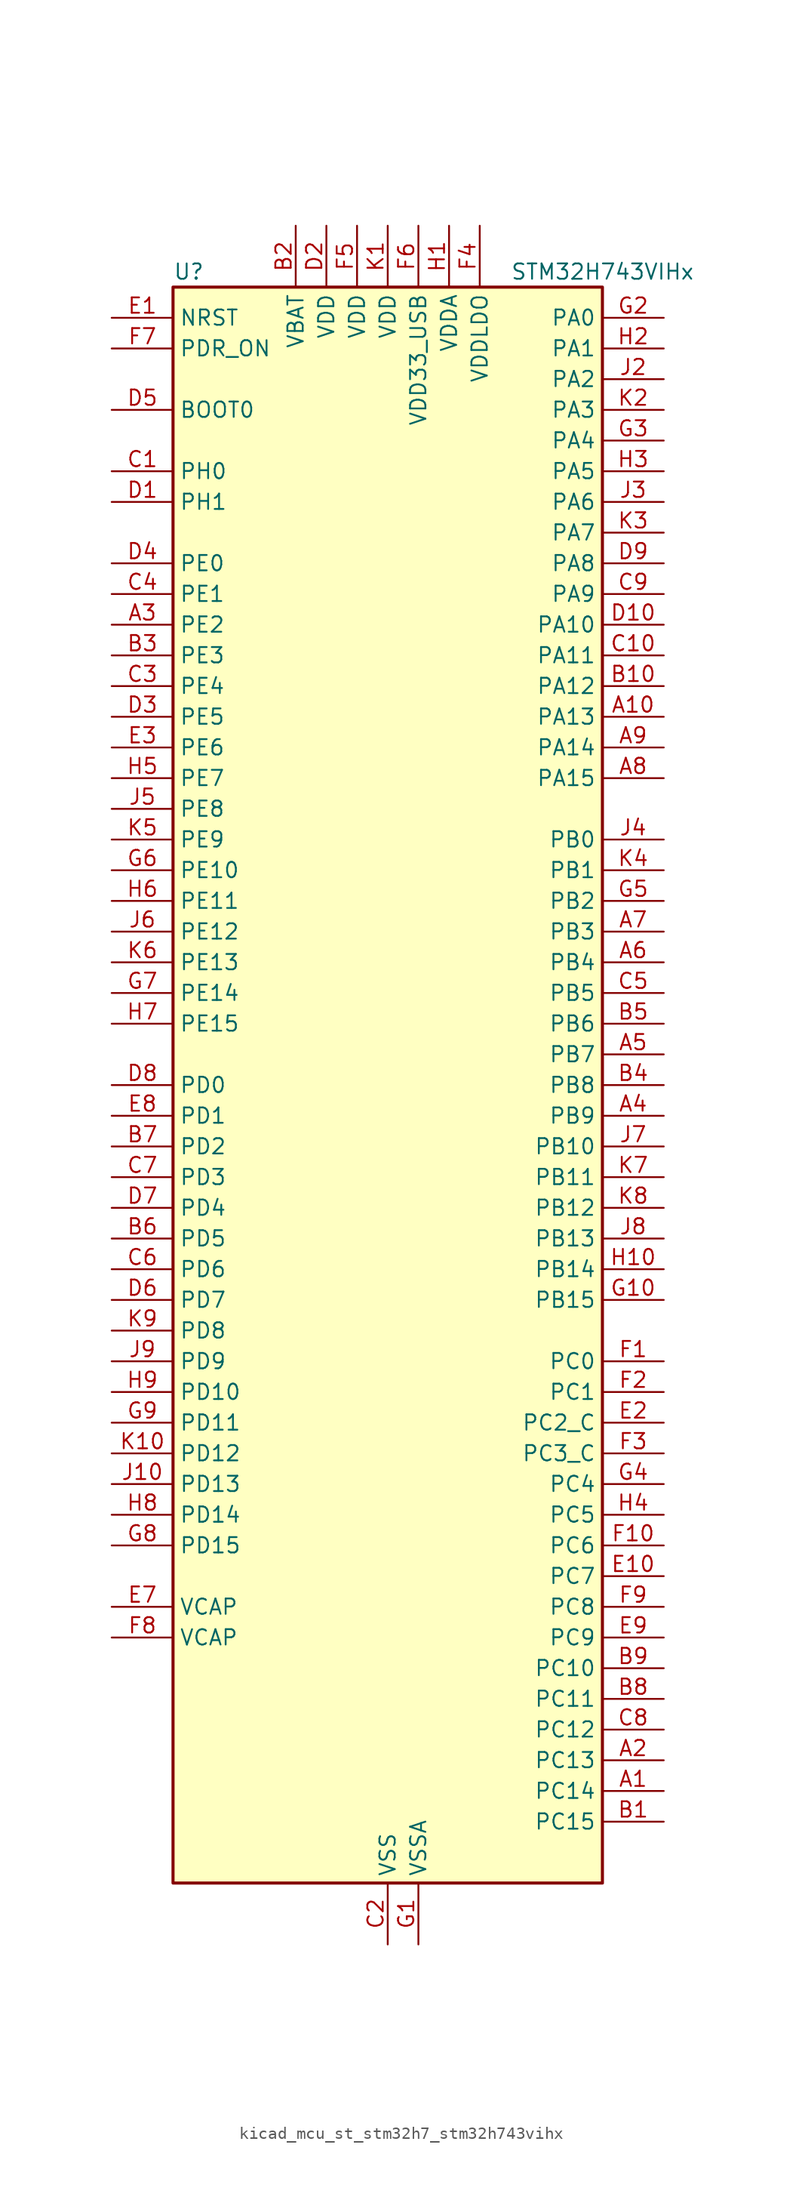
<source format=kicad_sym>
(kicad_symbol_lib
  (version 20220914)
  (generator kicad_symbol_editor)
  (symbol "kicad_mcu_st_stm32h7_stm32h743vihx"
    (property "Reference" "U"
      (at -17.78 67.31 0)
      (effects (font (size 1.27 1.27)) (justify left)))
    (property "Value" "STM32H743VIHx"
      (at 10.16 67.31 0)
      (effects (font (size 1.27 1.27)) (justify left)))
    (property "ki_locked" ""
      (at 0 0 0)
      (effects (font (size 1.27 1.27))))
    (symbol "kicad_mcu_st_stm32h7_stm32h743vihx_0_1"
      (rectangle (start -17.78 -66.04) (end 17.78 66.04) (stroke (width 0.254) (type default)) (fill (type background))))
    (symbol "kicad_mcu_st_stm32h7_stm32h743vihx_1_1"
      (pin bidirectional line (at 22.86 -58.42 180) (length 5.08) (name "PC14" (effects (font (size 1.27 1.27)))) (number "A1" (effects (font (size 1.27 1.27)))) (alternate "RCC_OSC32_IN" bidirectional line))
      (pin bidirectional line (at 22.86 30.48 180) (length 5.08) (name "PA13" (effects (font (size 1.27 1.27)))) (number "A10" (effects (font (size 1.27 1.27)))) (alternate "DEBUG_JTMS-SWDIO" bidirectional line))
      (pin bidirectional line (at 22.86 -55.88 180) (length 5.08) (name "PC13" (effects (font (size 1.27 1.27)))) (number "A2" (effects (font (size 1.27 1.27)))) (alternate "PWR_WKUP2" bidirectional line) (alternate "RTC_OUT_ALARM" bidirectional line) (alternate "RTC_OUT_CALIB" bidirectional line) (alternate "RTC_TAMP1" bidirectional line) (alternate "RTC_TS" bidirectional line))
      (pin bidirectional line (at -22.86 38.1 0) (length 5.08) (name "PE2" (effects (font (size 1.27 1.27)))) (number "A3" (effects (font (size 1.27 1.27)))) (alternate "DEBUG_TRACECLK" bidirectional line) (alternate "ETH_TXD3" bidirectional line) (alternate "FMC_A23" bidirectional line) (alternate "QUADSPI_BK1_IO2" bidirectional line) (alternate "SAI1_CK1" bidirectional line) (alternate "SAI1_MCLK_A" bidirectional line) (alternate "SAI4_CK1" bidirectional line) (alternate "SAI4_MCLK_A" bidirectional line) (alternate "SPI4_SCK" bidirectional line))
      (pin bidirectional line (at 22.86 -2.54 180) (length 5.08) (name "PB9" (effects (font (size 1.27 1.27)))) (number "A4" (effects (font (size 1.27 1.27)))) (alternate "DAC1_EXTI9" bidirectional line) (alternate "DCMI_D7" bidirectional line) (alternate "DFSDM1_DATIN7" bidirectional line) (alternate "FDCAN1_TX" bidirectional line) (alternate "I2C1_SDA" bidirectional line) (alternate "I2C4_SDA" bidirectional line) (alternate "I2C4_SMBA" bidirectional line) (alternate "I2S2_WS" bidirectional line) (alternate "LTDC_B7" bidirectional line) (alternate "SDMMC1_CDIR" bidirectional line) (alternate "SDMMC1_D5" bidirectional line) (alternate "SDMMC2_D5" bidirectional line) (alternate "SPI2_NSS" bidirectional line) (alternate "TIM17_CH1" bidirectional line) (alternate "TIM4_CH4" bidirectional line) (alternate "UART4_TX" bidirectional line))
      (pin bidirectional line (at 22.86 2.54 180) (length 5.08) (name "PB7" (effects (font (size 1.27 1.27)))) (number "A5" (effects (font (size 1.27 1.27)))) (alternate "DCMI_VSYNC" bidirectional line) (alternate "DFSDM1_CKIN5" bidirectional line) (alternate "FMC_NL" bidirectional line) (alternate "HRTIM_EEV9" bidirectional line) (alternate "I2C1_SDA" bidirectional line) (alternate "I2C4_SDA" bidirectional line) (alternate "LPUART1_RX" bidirectional line) (alternate "PWR_PVD_IN" bidirectional line) (alternate "TIM17_CH1N" bidirectional line) (alternate "TIM4_CH2" bidirectional line) (alternate "USART1_RX" bidirectional line))
      (pin bidirectional line (at 22.86 10.16 180) (length 5.08) (name "PB4" (effects (font (size 1.27 1.27)))) (number "A6" (effects (font (size 1.27 1.27)))) (alternate "DEBUG_JTRST" bidirectional line) (alternate "HRTIM_EEV6" bidirectional line) (alternate "I2S1_SDI" bidirectional line) (alternate "I2S2_WS" bidirectional line) (alternate "I2S3_SDI" bidirectional line) (alternate "SDMMC2_D3" bidirectional line) (alternate "SPI1_MISO" bidirectional line) (alternate "SPI2_NSS" bidirectional line) (alternate "SPI3_MISO" bidirectional line) (alternate "SPI6_MISO" bidirectional line) (alternate "TIM16_BKIN" bidirectional line) (alternate "TIM3_CH1" bidirectional line) (alternate "UART7_TX" bidirectional line))
      (pin bidirectional line (at 22.86 12.7 180) (length 5.08) (name "PB3" (effects (font (size 1.27 1.27)))) (number "A7" (effects (font (size 1.27 1.27)))) (alternate "CRS_SYNC" bidirectional line) (alternate "DEBUG_JTDO-SWO" bidirectional line) (alternate "HRTIM_FLT4" bidirectional line) (alternate "I2S1_CK" bidirectional line) (alternate "I2S3_CK" bidirectional line) (alternate "SDMMC2_D2" bidirectional line) (alternate "SPI1_SCK" bidirectional line) (alternate "SPI3_SCK" bidirectional line) (alternate "SPI6_SCK" bidirectional line) (alternate "TIM2_CH2" bidirectional line) (alternate "UART7_RX" bidirectional line))
      (pin bidirectional line (at 22.86 25.4 180) (length 5.08) (name "PA15" (effects (font (size 1.27 1.27)))) (number "A8" (effects (font (size 1.27 1.27)))) (alternate "ADC1_EXTI15" bidirectional line) (alternate "ADC2_EXTI15" bidirectional line) (alternate "ADC3_EXTI15" bidirectional line) (alternate "CEC" bidirectional line) (alternate "DEBUG_JTDI" bidirectional line) (alternate "HRTIM_FLT1" bidirectional line) (alternate "I2S1_WS" bidirectional line) (alternate "I2S3_WS" bidirectional line) (alternate "SPI1_NSS" bidirectional line) (alternate "SPI3_NSS" bidirectional line) (alternate "SPI6_NSS" bidirectional line) (alternate "TIM2_CH1" bidirectional line) (alternate "TIM2_ETR" bidirectional line) (alternate "UART4_DE" bidirectional line) (alternate "UART4_RTS" bidirectional line) (alternate "UART7_TX" bidirectional line))
      (pin bidirectional line (at 22.86 27.94 180) (length 5.08) (name "PA14" (effects (font (size 1.27 1.27)))) (number "A9" (effects (font (size 1.27 1.27)))) (alternate "DEBUG_JTCK-SWCLK" bidirectional line))
      (pin bidirectional line (at 22.86 -60.96 180) (length 5.08) (name "PC15" (effects (font (size 1.27 1.27)))) (number "B1" (effects (font (size 1.27 1.27)))) (alternate "ADC1_EXTI15" bidirectional line) (alternate "ADC2_EXTI15" bidirectional line) (alternate "ADC3_EXTI15" bidirectional line) (alternate "RCC_OSC32_OUT" bidirectional line))
      (pin bidirectional line (at 22.86 33.02 180) (length 5.08) (name "PA12" (effects (font (size 1.27 1.27)))) (number "B10" (effects (font (size 1.27 1.27)))) (alternate "FDCAN1_TX" bidirectional line) (alternate "HRTIM_CHD2" bidirectional line) (alternate "I2S2_CK" bidirectional line) (alternate "LPUART1_DE" bidirectional line) (alternate "LPUART1_RTS" bidirectional line) (alternate "LTDC_R5" bidirectional line) (alternate "SAI2_FS_B" bidirectional line) (alternate "SPI2_SCK" bidirectional line) (alternate "TIM1_ETR" bidirectional line) (alternate "UART4_TX" bidirectional line) (alternate "USART1_DE" bidirectional line) (alternate "USART1_RTS" bidirectional line) (alternate "USB_OTG_FS_DP" bidirectional line))
      (pin power_in line (at -7.62 71.12 270) (length 5.08) (name "VBAT" (effects (font (size 1.27 1.27)))) (number "B2" (effects (font (size 1.27 1.27)))))
      (pin bidirectional line (at -22.86 35.56 0) (length 5.08) (name "PE3" (effects (font (size 1.27 1.27)))) (number "B3" (effects (font (size 1.27 1.27)))) (alternate "DEBUG_TRACED0" bidirectional line) (alternate "FMC_A19" bidirectional line) (alternate "SAI1_SD_B" bidirectional line) (alternate "SAI4_SD_B" bidirectional line) (alternate "TIM15_BKIN" bidirectional line))
      (pin bidirectional line (at 22.86 0 180) (length 5.08) (name "PB8" (effects (font (size 1.27 1.27)))) (number "B4" (effects (font (size 1.27 1.27)))) (alternate "DCMI_D6" bidirectional line) (alternate "DFSDM1_CKIN7" bidirectional line) (alternate "ETH_TXD3" bidirectional line) (alternate "FDCAN1_RX" bidirectional line) (alternate "I2C1_SCL" bidirectional line) (alternate "I2C4_SCL" bidirectional line) (alternate "LTDC_B6" bidirectional line) (alternate "SDMMC1_CKIN" bidirectional line) (alternate "SDMMC1_D4" bidirectional line) (alternate "SDMMC2_D4" bidirectional line) (alternate "TIM16_CH1" bidirectional line) (alternate "TIM4_CH3" bidirectional line) (alternate "UART4_RX" bidirectional line))
      (pin bidirectional line (at 22.86 5.08 180) (length 5.08) (name "PB6" (effects (font (size 1.27 1.27)))) (number "B5" (effects (font (size 1.27 1.27)))) (alternate "CEC" bidirectional line) (alternate "DCMI_D5" bidirectional line) (alternate "DFSDM1_DATIN5" bidirectional line) (alternate "FDCAN2_TX" bidirectional line) (alternate "FMC_SDNE1" bidirectional line) (alternate "HRTIM_EEV8" bidirectional line) (alternate "I2C1_SCL" bidirectional line) (alternate "I2C4_SCL" bidirectional line) (alternate "LPUART1_TX" bidirectional line) (alternate "QUADSPI_BK1_NCS" bidirectional line) (alternate "TIM16_CH1N" bidirectional line) (alternate "TIM4_CH1" bidirectional line) (alternate "UART5_TX" bidirectional line) (alternate "USART1_TX" bidirectional line))
      (pin bidirectional line (at -22.86 -12.7 0) (length 5.08) (name "PD5" (effects (font (size 1.27 1.27)))) (number "B6" (effects (font (size 1.27 1.27)))) (alternate "FMC_NWE" bidirectional line) (alternate "HRTIM_EEV3" bidirectional line) (alternate "USART2_TX" bidirectional line))
      (pin bidirectional line (at -22.86 -5.08 0) (length 5.08) (name "PD2" (effects (font (size 1.27 1.27)))) (number "B7" (effects (font (size 1.27 1.27)))) (alternate "DCMI_D11" bidirectional line) (alternate "DEBUG_TRACED2" bidirectional line) (alternate "SDMMC1_CMD" bidirectional line) (alternate "TIM3_ETR" bidirectional line) (alternate "UART5_RX" bidirectional line))
      (pin bidirectional line (at 22.86 -50.8 180) (length 5.08) (name "PC11" (effects (font (size 1.27 1.27)))) (number "B8" (effects (font (size 1.27 1.27)))) (alternate "ADC1_EXTI11" bidirectional line) (alternate "ADC2_EXTI11" bidirectional line) (alternate "ADC3_EXTI11" bidirectional line) (alternate "DCMI_D4" bidirectional line) (alternate "DFSDM1_DATIN5" bidirectional line) (alternate "HRTIM_FLT2" bidirectional line) (alternate "I2S3_SDI" bidirectional line) (alternate "QUADSPI_BK2_NCS" bidirectional line) (alternate "SDMMC1_D3" bidirectional line) (alternate "SPI3_MISO" bidirectional line) (alternate "UART4_RX" bidirectional line) (alternate "USART3_RX" bidirectional line))
      (pin bidirectional line (at 22.86 -48.26 180) (length 5.08) (name "PC10" (effects (font (size 1.27 1.27)))) (number "B9" (effects (font (size 1.27 1.27)))) (alternate "DCMI_D8" bidirectional line) (alternate "DFSDM1_CKIN5" bidirectional line) (alternate "HRTIM_EEV1" bidirectional line) (alternate "I2S3_CK" bidirectional line) (alternate "LTDC_R2" bidirectional line) (alternate "QUADSPI_BK1_IO1" bidirectional line) (alternate "SDMMC1_D2" bidirectional line) (alternate "SPI3_SCK" bidirectional line) (alternate "UART4_TX" bidirectional line) (alternate "USART3_TX" bidirectional line))
      (pin bidirectional line (at -22.86 50.8 0) (length 5.08) (name "PH0" (effects (font (size 1.27 1.27)))) (number "C1" (effects (font (size 1.27 1.27)))) (alternate "RCC_OSC_IN" bidirectional line))
      (pin bidirectional line (at 22.86 35.56 180) (length 5.08) (name "PA11" (effects (font (size 1.27 1.27)))) (number "C10" (effects (font (size 1.27 1.27)))) (alternate "ADC1_EXTI11" bidirectional line) (alternate "ADC2_EXTI11" bidirectional line) (alternate "ADC3_EXTI11" bidirectional line) (alternate "FDCAN1_RX" bidirectional line) (alternate "HRTIM_CHD1" bidirectional line) (alternate "I2S2_WS" bidirectional line) (alternate "LPUART1_CTS" bidirectional line) (alternate "LTDC_R4" bidirectional line) (alternate "SPI2_NSS" bidirectional line) (alternate "TIM1_CH4" bidirectional line) (alternate "UART4_RX" bidirectional line) (alternate "USART1_CTS" bidirectional line) (alternate "USART1_NSS" bidirectional line) (alternate "USB_OTG_FS_DM" bidirectional line))
      (pin power_in line (at 0 -71.12 90) (length 5.08) (name "VSS" (effects (font (size 1.27 1.27)))) (number "C2" (effects (font (size 1.27 1.27)))))
      (pin bidirectional line (at -22.86 33.02 0) (length 5.08) (name "PE4" (effects (font (size 1.27 1.27)))) (number "C3" (effects (font (size 1.27 1.27)))) (alternate "DCMI_D4" bidirectional line) (alternate "DEBUG_TRACED1" bidirectional line) (alternate "DFSDM1_DATIN3" bidirectional line) (alternate "FMC_A20" bidirectional line) (alternate "LTDC_B0" bidirectional line) (alternate "SAI1_D2" bidirectional line) (alternate "SAI1_FS_A" bidirectional line) (alternate "SAI4_D2" bidirectional line) (alternate "SAI4_FS_A" bidirectional line) (alternate "SPI4_NSS" bidirectional line) (alternate "TIM15_CH1N" bidirectional line))
      (pin bidirectional line (at -22.86 40.64 0) (length 5.08) (name "PE1" (effects (font (size 1.27 1.27)))) (number "C4" (effects (font (size 1.27 1.27)))) (alternate "DCMI_D3" bidirectional line) (alternate "FMC_NBL1" bidirectional line) (alternate "HRTIM_SCOUT" bidirectional line) (alternate "LPTIM1_IN2" bidirectional line) (alternate "UART8_TX" bidirectional line))
      (pin bidirectional line (at 22.86 7.62 180) (length 5.08) (name "PB5" (effects (font (size 1.27 1.27)))) (number "C5" (effects (font (size 1.27 1.27)))) (alternate "DCMI_D10" bidirectional line) (alternate "ETH_PPS_OUT" bidirectional line) (alternate "FDCAN2_RX" bidirectional line) (alternate "FMC_SDCKE1" bidirectional line) (alternate "HRTIM_EEV7" bidirectional line) (alternate "I2C1_SMBA" bidirectional line) (alternate "I2C4_SMBA" bidirectional line) (alternate "I2S1_SDO" bidirectional line) (alternate "I2S3_SDO" bidirectional line) (alternate "SPI1_MOSI" bidirectional line) (alternate "SPI3_MOSI" bidirectional line) (alternate "SPI6_MOSI" bidirectional line) (alternate "TIM17_BKIN" bidirectional line) (alternate "TIM3_CH2" bidirectional line) (alternate "UART5_RX" bidirectional line) (alternate "USB_OTG_HS_ULPI_D7" bidirectional line))
      (pin bidirectional line (at -22.86 -15.24 0) (length 5.08) (name "PD6" (effects (font (size 1.27 1.27)))) (number "C6" (effects (font (size 1.27 1.27)))) (alternate "DCMI_D10" bidirectional line) (alternate "DFSDM1_CKIN4" bidirectional line) (alternate "DFSDM1_DATIN1" bidirectional line) (alternate "FMC_NWAIT" bidirectional line) (alternate "I2S3_SDO" bidirectional line) (alternate "LTDC_B2" bidirectional line) (alternate "SAI1_D1" bidirectional line) (alternate "SAI1_SD_A" bidirectional line) (alternate "SAI4_D1" bidirectional line) (alternate "SAI4_SD_A" bidirectional line) (alternate "SDMMC2_CK" bidirectional line) (alternate "SPI3_MOSI" bidirectional line) (alternate "USART2_RX" bidirectional line))
      (pin bidirectional line (at -22.86 -7.62 0) (length 5.08) (name "PD3" (effects (font (size 1.27 1.27)))) (number "C7" (effects (font (size 1.27 1.27)))) (alternate "DCMI_D5" bidirectional line) (alternate "DFSDM1_CKOUT" bidirectional line) (alternate "FMC_CLK" bidirectional line) (alternate "I2S2_CK" bidirectional line) (alternate "LTDC_G7" bidirectional line) (alternate "SPI2_SCK" bidirectional line) (alternate "USART2_CTS" bidirectional line) (alternate "USART2_NSS" bidirectional line))
      (pin bidirectional line (at 22.86 -53.34 180) (length 5.08) (name "PC12" (effects (font (size 1.27 1.27)))) (number "C8" (effects (font (size 1.27 1.27)))) (alternate "DCMI_D9" bidirectional line) (alternate "DEBUG_TRACED3" bidirectional line) (alternate "HRTIM_EEV2" bidirectional line) (alternate "I2S3_SDO" bidirectional line) (alternate "SDMMC1_CK" bidirectional line) (alternate "SPI3_MOSI" bidirectional line) (alternate "UART5_TX" bidirectional line) (alternate "USART3_CK" bidirectional line))
      (pin bidirectional line (at 22.86 40.64 180) (length 5.08) (name "PA9" (effects (font (size 1.27 1.27)))) (number "C9" (effects (font (size 1.27 1.27)))) (alternate "DAC1_EXTI9" bidirectional line) (alternate "DCMI_D0" bidirectional line) (alternate "HRTIM_CHC1" bidirectional line) (alternate "I2C3_SMBA" bidirectional line) (alternate "I2S2_CK" bidirectional line) (alternate "LPUART1_TX" bidirectional line) (alternate "LTDC_R5" bidirectional line) (alternate "SPI2_SCK" bidirectional line) (alternate "TIM1_CH2" bidirectional line) (alternate "USART1_TX" bidirectional line) (alternate "USB_OTG_FS_VBUS" bidirectional line))
      (pin bidirectional line (at -22.86 48.26 0) (length 5.08) (name "PH1" (effects (font (size 1.27 1.27)))) (number "D1" (effects (font (size 1.27 1.27)))) (alternate "RCC_OSC_OUT" bidirectional line))
      (pin bidirectional line (at 22.86 38.1 180) (length 5.08) (name "PA10" (effects (font (size 1.27 1.27)))) (number "D10" (effects (font (size 1.27 1.27)))) (alternate "DCMI_D1" bidirectional line) (alternate "HRTIM_CHC2" bidirectional line) (alternate "LPUART1_RX" bidirectional line) (alternate "LTDC_B1" bidirectional line) (alternate "LTDC_B4" bidirectional line) (alternate "MDIOS_MDIO" bidirectional line) (alternate "TIM1_CH3" bidirectional line) (alternate "USART1_RX" bidirectional line) (alternate "USB_OTG_FS_ID" bidirectional line))
      (pin power_in line (at -5.08 71.12 270) (length 5.08) (name "VDD" (effects (font (size 1.27 1.27)))) (number "D2" (effects (font (size 1.27 1.27)))))
      (pin bidirectional line (at -22.86 30.48 0) (length 5.08) (name "PE5" (effects (font (size 1.27 1.27)))) (number "D3" (effects (font (size 1.27 1.27)))) (alternate "DCMI_D6" bidirectional line) (alternate "DEBUG_TRACED2" bidirectional line) (alternate "DFSDM1_CKIN3" bidirectional line) (alternate "FMC_A21" bidirectional line) (alternate "LTDC_G0" bidirectional line) (alternate "SAI1_CK2" bidirectional line) (alternate "SAI1_SCK_A" bidirectional line) (alternate "SAI4_CK2" bidirectional line) (alternate "SAI4_SCK_A" bidirectional line) (alternate "SPI4_MISO" bidirectional line) (alternate "TIM15_CH1" bidirectional line))
      (pin bidirectional line (at -22.86 43.18 0) (length 5.08) (name "PE0" (effects (font (size 1.27 1.27)))) (number "D4" (effects (font (size 1.27 1.27)))) (alternate "DCMI_D2" bidirectional line) (alternate "FMC_NBL0" bidirectional line) (alternate "HRTIM_SCIN" bidirectional line) (alternate "LPTIM1_ETR" bidirectional line) (alternate "LPTIM2_ETR" bidirectional line) (alternate "SAI2_MCLK_A" bidirectional line) (alternate "TIM4_ETR" bidirectional line) (alternate "UART8_RX" bidirectional line))
      (pin input line (at -22.86 55.88 0) (length 5.08) (name "BOOT0" (effects (font (size 1.27 1.27)))) (number "D5" (effects (font (size 1.27 1.27)))))
      (pin bidirectional line (at -22.86 -17.78 0) (length 5.08) (name "PD7" (effects (font (size 1.27 1.27)))) (number "D6" (effects (font (size 1.27 1.27)))) (alternate "DFSDM1_CKIN1" bidirectional line) (alternate "DFSDM1_DATIN4" bidirectional line) (alternate "FMC_NE1" bidirectional line) (alternate "I2S1_SDO" bidirectional line) (alternate "SDMMC2_CMD" bidirectional line) (alternate "SPDIFRX1_IN0" bidirectional line) (alternate "SPI1_MOSI" bidirectional line) (alternate "USART2_CK" bidirectional line))
      (pin bidirectional line (at -22.86 -10.16 0) (length 5.08) (name "PD4" (effects (font (size 1.27 1.27)))) (number "D7" (effects (font (size 1.27 1.27)))) (alternate "FMC_NOE" bidirectional line) (alternate "HRTIM_FLT3" bidirectional line) (alternate "SAI3_FS_A" bidirectional line) (alternate "USART2_DE" bidirectional line) (alternate "USART2_RTS" bidirectional line))
      (pin bidirectional line (at -22.86 0 0) (length 5.08) (name "PD0" (effects (font (size 1.27 1.27)))) (number "D8" (effects (font (size 1.27 1.27)))) (alternate "DFSDM1_CKIN6" bidirectional line) (alternate "FDCAN1_RX" bidirectional line) (alternate "FMC_D2" bidirectional line) (alternate "FMC_DA2" bidirectional line) (alternate "SAI3_SCK_A" bidirectional line) (alternate "UART4_RX" bidirectional line))
      (pin bidirectional line (at 22.86 43.18 180) (length 5.08) (name "PA8" (effects (font (size 1.27 1.27)))) (number "D9" (effects (font (size 1.27 1.27)))) (alternate "HRTIM_CHB2" bidirectional line) (alternate "I2C3_SCL" bidirectional line) (alternate "LTDC_B3" bidirectional line) (alternate "LTDC_R6" bidirectional line) (alternate "RCC_MCO_1" bidirectional line) (alternate "TIM1_CH1" bidirectional line) (alternate "TIM8_BKIN2" bidirectional line) (alternate "TIM8_BKIN2_COMP1" bidirectional line) (alternate "TIM8_BKIN2_COMP2" bidirectional line) (alternate "UART7_RX" bidirectional line) (alternate "USART1_CK" bidirectional line) (alternate "USB_OTG_FS_SOF" bidirectional line))
      (pin input line (at -22.86 63.5 0) (length 5.08) (name "NRST" (effects (font (size 1.27 1.27)))) (number "E1" (effects (font (size 1.27 1.27)))))
      (pin bidirectional line (at 22.86 -40.64 180) (length 5.08) (name "PC7" (effects (font (size 1.27 1.27)))) (number "E10" (effects (font (size 1.27 1.27)))) (alternate "DCMI_D1" bidirectional line) (alternate "DEBUG_TRGIO" bidirectional line) (alternate "DFSDM1_DATIN3" bidirectional line) (alternate "FMC_NE1" bidirectional line) (alternate "HRTIM_CHA2" bidirectional line) (alternate "I2S3_MCK" bidirectional line) (alternate "LTDC_G6" bidirectional line) (alternate "SDMMC1_D123DIR" bidirectional line) (alternate "SDMMC1_D7" bidirectional line) (alternate "SDMMC2_D7" bidirectional line) (alternate "SWPMI1_TX" bidirectional line) (alternate "TIM3_CH2" bidirectional line) (alternate "TIM8_CH2" bidirectional line) (alternate "USART6_RX" bidirectional line))
      (pin bidirectional line (at 22.86 -27.94 180) (length 5.08) (name "PC2_C" (effects (font (size 1.27 1.27)))) (number "E2" (effects (font (size 1.27 1.27)))) (alternate "ADC3_INN1" bidirectional line) (alternate "ADC3_INP0" bidirectional line) (alternate "DFSDM1_CKIN1" bidirectional line) (alternate "DFSDM1_CKOUT" bidirectional line) (alternate "ETH_TXD2" bidirectional line) (alternate "FMC_SDNE0" bidirectional line) (alternate "I2S2_SDI" bidirectional line) (alternate "PWR_CSTOP" bidirectional line) (alternate "SPI2_MISO" bidirectional line) (alternate "USB_OTG_HS_ULPI_DIR" bidirectional line))
      (pin bidirectional line (at -22.86 27.94 0) (length 5.08) (name "PE6" (effects (font (size 1.27 1.27)))) (number "E3" (effects (font (size 1.27 1.27)))) (alternate "DCMI_D7" bidirectional line) (alternate "DEBUG_TRACED3" bidirectional line) (alternate "FMC_A22" bidirectional line) (alternate "LTDC_G1" bidirectional line) (alternate "SAI1_D1" bidirectional line) (alternate "SAI1_SD_A" bidirectional line) (alternate "SAI2_MCLK_B" bidirectional line) (alternate "SAI4_D1" bidirectional line) (alternate "SAI4_SD_A" bidirectional line) (alternate "SPI4_MOSI" bidirectional line) (alternate "TIM15_CH2" bidirectional line) (alternate "TIM1_BKIN2" bidirectional line) (alternate "TIM1_BKIN2_COMP1" bidirectional line) (alternate "TIM1_BKIN2_COMP2" bidirectional line))
      (pin passive line (at 0 -71.12 90) (length 5.08) hide (name "VSS" (effects (font (size 1.27 1.27)))) (number "E4" (effects (font (size 1.27 1.27)))))
      (pin passive line (at 0 -71.12 90) (length 5.08) hide (name "VSS" (effects (font (size 1.27 1.27)))) (number "E5" (effects (font (size 1.27 1.27)))))
      (pin passive line (at 0 -71.12 90) (length 5.08) hide (name "VSS" (effects (font (size 1.27 1.27)))) (number "E6" (effects (font (size 1.27 1.27)))))
      (pin power_out line (at -22.86 -43.18 0) (length 5.08) (name "VCAP" (effects (font (size 1.27 1.27)))) (number "E7" (effects (font (size 1.27 1.27)))))
      (pin bidirectional line (at -22.86 -2.54 0) (length 5.08) (name "PD1" (effects (font (size 1.27 1.27)))) (number "E8" (effects (font (size 1.27 1.27)))) (alternate "DFSDM1_DATIN6" bidirectional line) (alternate "FDCAN1_TX" bidirectional line) (alternate "FMC_D3" bidirectional line) (alternate "FMC_DA3" bidirectional line) (alternate "SAI3_SD_A" bidirectional line) (alternate "UART4_TX" bidirectional line))
      (pin bidirectional line (at 22.86 -45.72 180) (length 5.08) (name "PC9" (effects (font (size 1.27 1.27)))) (number "E9" (effects (font (size 1.27 1.27)))) (alternate "DAC1_EXTI9" bidirectional line) (alternate "DCMI_D3" bidirectional line) (alternate "I2C3_SDA" bidirectional line) (alternate "I2S_CKIN" bidirectional line) (alternate "LTDC_B2" bidirectional line) (alternate "LTDC_G3" bidirectional line) (alternate "QUADSPI_BK1_IO0" bidirectional line) (alternate "RCC_MCO_2" bidirectional line) (alternate "SDMMC1_D1" bidirectional line) (alternate "SWPMI1_SUSPEND" bidirectional line) (alternate "TIM3_CH4" bidirectional line) (alternate "TIM8_CH4" bidirectional line) (alternate "UART5_CTS" bidirectional line))
      (pin bidirectional line (at 22.86 -22.86 180) (length 5.08) (name "PC0" (effects (font (size 1.27 1.27)))) (number "F1" (effects (font (size 1.27 1.27)))) (alternate "ADC1_INP10" bidirectional line) (alternate "ADC2_INP10" bidirectional line) (alternate "ADC3_INP10" bidirectional line) (alternate "DFSDM1_CKIN0" bidirectional line) (alternate "DFSDM1_DATIN4" bidirectional line) (alternate "FMC_SDNWE" bidirectional line) (alternate "LTDC_R5" bidirectional line) (alternate "SAI2_FS_B" bidirectional line) (alternate "USB_OTG_HS_ULPI_STP" bidirectional line))
      (pin bidirectional line (at 22.86 -38.1 180) (length 5.08) (name "PC6" (effects (font (size 1.27 1.27)))) (number "F10" (effects (font (size 1.27 1.27)))) (alternate "DCMI_D0" bidirectional line) (alternate "DFSDM1_CKIN3" bidirectional line) (alternate "FMC_NWAIT" bidirectional line) (alternate "HRTIM_CHA1" bidirectional line) (alternate "I2S2_MCK" bidirectional line) (alternate "LTDC_HSYNC" bidirectional line) (alternate "SDMMC1_D0DIR" bidirectional line) (alternate "SDMMC1_D6" bidirectional line) (alternate "SDMMC2_D6" bidirectional line) (alternate "SWPMI1_IO" bidirectional line) (alternate "TIM3_CH1" bidirectional line) (alternate "TIM8_CH1" bidirectional line) (alternate "USART6_TX" bidirectional line))
      (pin bidirectional line (at 22.86 -25.4 180) (length 5.08) (name "PC1" (effects (font (size 1.27 1.27)))) (number "F2" (effects (font (size 1.27 1.27)))) (alternate "ADC1_INN10" bidirectional line) (alternate "ADC1_INP11" bidirectional line) (alternate "ADC2_INN10" bidirectional line) (alternate "ADC2_INP11" bidirectional line) (alternate "ADC3_INN10" bidirectional line) (alternate "ADC3_INP11" bidirectional line) (alternate "DEBUG_TRACED0" bidirectional line) (alternate "DFSDM1_CKIN4" bidirectional line) (alternate "DFSDM1_DATIN0" bidirectional line) (alternate "ETH_MDC" bidirectional line) (alternate "I2S2_SDO" bidirectional line) (alternate "MDIOS_MDC" bidirectional line) (alternate "PWR_WKUP5" bidirectional line) (alternate "RTC_TAMP3" bidirectional line) (alternate "SAI1_D1" bidirectional line) (alternate "SAI1_SD_A" bidirectional line) (alternate "SAI4_D1" bidirectional line) (alternate "SAI4_SD_A" bidirectional line) (alternate "SDMMC2_CK" bidirectional line) (alternate "SPI2_MOSI" bidirectional line))
      (pin bidirectional line (at 22.86 -30.48 180) (length 5.08) (name "PC3_C" (effects (font (size 1.27 1.27)))) (number "F3" (effects (font (size 1.27 1.27)))) (alternate "ADC3_INP1" bidirectional line) (alternate "DFSDM1_DATIN1" bidirectional line) (alternate "ETH_TX_CLK" bidirectional line) (alternate "FMC_SDCKE0" bidirectional line) (alternate "I2S2_SDO" bidirectional line) (alternate "PWR_CSLEEP" bidirectional line) (alternate "SPI2_MOSI" bidirectional line) (alternate "USB_OTG_HS_ULPI_NXT" bidirectional line))
      (pin power_in line (at 7.62 71.12 270) (length 5.08) (name "VDDLDO" (effects (font (size 1.27 1.27)))) (number "F4" (effects (font (size 1.27 1.27)))))
      (pin power_in line (at -2.54 71.12 270) (length 5.08) (name "VDD" (effects (font (size 1.27 1.27)))) (number "F5" (effects (font (size 1.27 1.27)))))
      (pin power_in line (at 2.54 71.12 270) (length 5.08) (name "VDD33_USB" (effects (font (size 1.27 1.27)))) (number "F6" (effects (font (size 1.27 1.27)))))
      (pin input line (at -22.86 60.96 0) (length 5.08) (name "PDR_ON" (effects (font (size 1.27 1.27)))) (number "F7" (effects (font (size 1.27 1.27)))))
      (pin power_out line (at -22.86 -45.72 0) (length 5.08) (name "VCAP" (effects (font (size 1.27 1.27)))) (number "F8" (effects (font (size 1.27 1.27)))))
      (pin bidirectional line (at 22.86 -43.18 180) (length 5.08) (name "PC8" (effects (font (size 1.27 1.27)))) (number "F9" (effects (font (size 1.27 1.27)))) (alternate "DCMI_D2" bidirectional line) (alternate "DEBUG_TRACED1" bidirectional line) (alternate "FMC_NCE" bidirectional line) (alternate "FMC_NE2" bidirectional line) (alternate "HRTIM_CHB1" bidirectional line) (alternate "SDMMC1_D0" bidirectional line) (alternate "SWPMI1_RX" bidirectional line) (alternate "TIM3_CH3" bidirectional line) (alternate "TIM8_CH3" bidirectional line) (alternate "UART5_DE" bidirectional line) (alternate "UART5_RTS" bidirectional line) (alternate "USART6_CK" bidirectional line))
      (pin power_in line (at 2.54 -71.12 90) (length 5.08) (name "VSSA" (effects (font (size 1.27 1.27)))) (number "G1" (effects (font (size 1.27 1.27)))))
      (pin bidirectional line (at 22.86 -17.78 180) (length 5.08) (name "PB15" (effects (font (size 1.27 1.27)))) (number "G10" (effects (font (size 1.27 1.27)))) (alternate "ADC1_EXTI15" bidirectional line) (alternate "ADC2_EXTI15" bidirectional line) (alternate "ADC3_EXTI15" bidirectional line) (alternate "DFSDM1_CKIN2" bidirectional line) (alternate "I2S2_SDO" bidirectional line) (alternate "RTC_REFIN" bidirectional line) (alternate "SDMMC2_D1" bidirectional line) (alternate "SPI2_MOSI" bidirectional line) (alternate "TIM12_CH2" bidirectional line) (alternate "TIM1_CH3N" bidirectional line) (alternate "TIM8_CH3N" bidirectional line) (alternate "UART4_CTS" bidirectional line) (alternate "USART1_RX" bidirectional line) (alternate "USB_OTG_HS_DP" bidirectional line))
      (pin bidirectional line (at 22.86 63.5 180) (length 5.08) (name "PA0" (effects (font (size 1.27 1.27)))) (number "G2" (effects (font (size 1.27 1.27)))) (alternate "ADC1_INP16" bidirectional line) (alternate "ETH_CRS" bidirectional line) (alternate "PWR_WKUP0" bidirectional line) (alternate "SAI2_SD_B" bidirectional line) (alternate "SDMMC2_CMD" bidirectional line) (alternate "TIM15_BKIN" bidirectional line) (alternate "TIM2_CH1" bidirectional line) (alternate "TIM2_ETR" bidirectional line) (alternate "TIM5_CH1" bidirectional line) (alternate "TIM8_ETR" bidirectional line) (alternate "UART4_TX" bidirectional line) (alternate "USART2_CTS" bidirectional line) (alternate "USART2_NSS" bidirectional line))
      (pin bidirectional line (at 22.86 53.34 180) (length 5.08) (name "PA4" (effects (font (size 1.27 1.27)))) (number "G3" (effects (font (size 1.27 1.27)))) (alternate "ADC1_INP18" bidirectional line) (alternate "ADC2_INP18" bidirectional line) (alternate "DAC1_OUT1" bidirectional line) (alternate "DCMI_HSYNC" bidirectional line) (alternate "I2S1_WS" bidirectional line) (alternate "I2S3_WS" bidirectional line) (alternate "LTDC_VSYNC" bidirectional line) (alternate "SPI1_NSS" bidirectional line) (alternate "SPI3_NSS" bidirectional line) (alternate "SPI6_NSS" bidirectional line) (alternate "TIM5_ETR" bidirectional line) (alternate "USART2_CK" bidirectional line) (alternate "USB_OTG_HS_SOF" bidirectional line))
      (pin bidirectional line (at 22.86 -33.02 180) (length 5.08) (name "PC4" (effects (font (size 1.27 1.27)))) (number "G4" (effects (font (size 1.27 1.27)))) (alternate "ADC1_INP4" bidirectional line) (alternate "ADC2_INP4" bidirectional line) (alternate "COMP1_INM" bidirectional line) (alternate "DFSDM1_CKIN2" bidirectional line) (alternate "ETH_RXD0" bidirectional line) (alternate "FMC_SDNE0" bidirectional line) (alternate "I2S1_MCK" bidirectional line) (alternate "OPAMP1_VOUT" bidirectional line) (alternate "SPDIFRX1_IN2" bidirectional line))
      (pin bidirectional line (at 22.86 15.24 180) (length 5.08) (name "PB2" (effects (font (size 1.27 1.27)))) (number "G5" (effects (font (size 1.27 1.27)))) (alternate "COMP1_INP" bidirectional line) (alternate "DFSDM1_CKIN1" bidirectional line) (alternate "I2S3_SDO" bidirectional line) (alternate "QUADSPI_CLK" bidirectional line) (alternate "RTC_OUT_ALARM" bidirectional line) (alternate "RTC_OUT_CALIB" bidirectional line) (alternate "SAI1_D1" bidirectional line) (alternate "SAI1_SD_A" bidirectional line) (alternate "SAI4_D1" bidirectional line) (alternate "SAI4_SD_A" bidirectional line) (alternate "SPI3_MOSI" bidirectional line))
      (pin bidirectional line (at -22.86 17.78 0) (length 5.08) (name "PE10" (effects (font (size 1.27 1.27)))) (number "G6" (effects (font (size 1.27 1.27)))) (alternate "COMP2_INM" bidirectional line) (alternate "DFSDM1_DATIN4" bidirectional line) (alternate "FMC_D7" bidirectional line) (alternate "FMC_DA7" bidirectional line) (alternate "QUADSPI_BK2_IO3" bidirectional line) (alternate "TIM1_CH2N" bidirectional line) (alternate "UART7_CTS" bidirectional line))
      (pin bidirectional line (at -22.86 7.62 0) (length 5.08) (name "PE14" (effects (font (size 1.27 1.27)))) (number "G7" (effects (font (size 1.27 1.27)))) (alternate "FMC_D11" bidirectional line) (alternate "FMC_DA11" bidirectional line) (alternate "LTDC_CLK" bidirectional line) (alternate "SAI2_MCLK_B" bidirectional line) (alternate "SPI4_MOSI" bidirectional line) (alternate "TIM1_CH4" bidirectional line))
      (pin bidirectional line (at -22.86 -38.1 0) (length 5.08) (name "PD15" (effects (font (size 1.27 1.27)))) (number "G8" (effects (font (size 1.27 1.27)))) (alternate "ADC1_EXTI15" bidirectional line) (alternate "ADC2_EXTI15" bidirectional line) (alternate "ADC3_EXTI15" bidirectional line) (alternate "FMC_D1" bidirectional line) (alternate "FMC_DA1" bidirectional line) (alternate "SAI3_MCLK_A" bidirectional line) (alternate "TIM4_CH4" bidirectional line) (alternate "UART8_DE" bidirectional line) (alternate "UART8_RTS" bidirectional line))
      (pin bidirectional line (at -22.86 -27.94 0) (length 5.08) (name "PD11" (effects (font (size 1.27 1.27)))) (number "G9" (effects (font (size 1.27 1.27)))) (alternate "ADC1_EXTI11" bidirectional line) (alternate "ADC2_EXTI11" bidirectional line) (alternate "ADC3_EXTI11" bidirectional line) (alternate "FMC_A16" bidirectional line) (alternate "FMC_CLE" bidirectional line) (alternate "I2C4_SMBA" bidirectional line) (alternate "LPTIM2_IN2" bidirectional line) (alternate "QUADSPI_BK1_IO0" bidirectional line) (alternate "SAI2_SD_A" bidirectional line) (alternate "USART3_CTS" bidirectional line) (alternate "USART3_NSS" bidirectional line))
      (pin power_in line (at 5.08 71.12 270) (length 5.08) (name "VDDA" (effects (font (size 1.27 1.27)))) (number "H1" (effects (font (size 1.27 1.27)))))
      (pin bidirectional line (at 22.86 -15.24 180) (length 5.08) (name "PB14" (effects (font (size 1.27 1.27)))) (number "H10" (effects (font (size 1.27 1.27)))) (alternate "DFSDM1_DATIN2" bidirectional line) (alternate "I2S2_SDI" bidirectional line) (alternate "SDMMC2_D0" bidirectional line) (alternate "SPI2_MISO" bidirectional line) (alternate "TIM12_CH1" bidirectional line) (alternate "TIM1_CH2N" bidirectional line) (alternate "TIM8_CH2N" bidirectional line) (alternate "UART4_DE" bidirectional line) (alternate "UART4_RTS" bidirectional line) (alternate "USART1_TX" bidirectional line) (alternate "USART3_DE" bidirectional line) (alternate "USART3_RTS" bidirectional line) (alternate "USB_OTG_HS_DM" bidirectional line))
      (pin bidirectional line (at 22.86 60.96 180) (length 5.08) (name "PA1" (effects (font (size 1.27 1.27)))) (number "H2" (effects (font (size 1.27 1.27)))) (alternate "ADC1_INN16" bidirectional line) (alternate "ADC1_INP17" bidirectional line) (alternate "ETH_REF_CLK" bidirectional line) (alternate "ETH_RX_CLK" bidirectional line) (alternate "LPTIM3_OUT" bidirectional line) (alternate "LTDC_R2" bidirectional line) (alternate "QUADSPI_BK1_IO3" bidirectional line) (alternate "SAI2_MCLK_B" bidirectional line) (alternate "TIM15_CH1N" bidirectional line) (alternate "TIM2_CH2" bidirectional line) (alternate "TIM5_CH2" bidirectional line) (alternate "UART4_RX" bidirectional line) (alternate "USART2_DE" bidirectional line) (alternate "USART2_RTS" bidirectional line))
      (pin bidirectional line (at 22.86 50.8 180) (length 5.08) (name "PA5" (effects (font (size 1.27 1.27)))) (number "H3" (effects (font (size 1.27 1.27)))) (alternate "ADC1_INN18" bidirectional line) (alternate "ADC1_INP19" bidirectional line) (alternate "ADC2_INN18" bidirectional line) (alternate "ADC2_INP19" bidirectional line) (alternate "DAC1_OUT2" bidirectional line) (alternate "I2S1_CK" bidirectional line) (alternate "LTDC_R4" bidirectional line) (alternate "PWR_NDSTOP2" bidirectional line) (alternate "SPI1_SCK" bidirectional line) (alternate "SPI6_SCK" bidirectional line) (alternate "TIM2_CH1" bidirectional line) (alternate "TIM2_ETR" bidirectional line) (alternate "TIM8_CH1N" bidirectional line) (alternate "USB_OTG_HS_ULPI_CK" bidirectional line))
      (pin bidirectional line (at 22.86 -35.56 180) (length 5.08) (name "PC5" (effects (font (size 1.27 1.27)))) (number "H4" (effects (font (size 1.27 1.27)))) (alternate "ADC1_INN4" bidirectional line) (alternate "ADC1_INP8" bidirectional line) (alternate "ADC2_INN4" bidirectional line) (alternate "ADC2_INP8" bidirectional line) (alternate "COMP1_OUT" bidirectional line) (alternate "DFSDM1_DATIN2" bidirectional line) (alternate "ETH_RXD1" bidirectional line) (alternate "FMC_SDCKE0" bidirectional line) (alternate "OPAMP1_VINM" bidirectional line) (alternate "OPAMP1_VINM0" bidirectional line) (alternate "SAI1_D3" bidirectional line) (alternate "SAI4_D3" bidirectional line) (alternate "SPDIFRX1_IN3" bidirectional line))
      (pin bidirectional line (at -22.86 25.4 0) (length 5.08) (name "PE7" (effects (font (size 1.27 1.27)))) (number "H5" (effects (font (size 1.27 1.27)))) (alternate "COMP2_INM" bidirectional line) (alternate "DFSDM1_DATIN2" bidirectional line) (alternate "FMC_D4" bidirectional line) (alternate "FMC_DA4" bidirectional line) (alternate "OPAMP2_VOUT" bidirectional line) (alternate "QUADSPI_BK2_IO0" bidirectional line) (alternate "TIM1_ETR" bidirectional line) (alternate "UART7_RX" bidirectional line))
      (pin bidirectional line (at -22.86 15.24 0) (length 5.08) (name "PE11" (effects (font (size 1.27 1.27)))) (number "H6" (effects (font (size 1.27 1.27)))) (alternate "ADC1_EXTI11" bidirectional line) (alternate "ADC2_EXTI11" bidirectional line) (alternate "ADC3_EXTI11" bidirectional line) (alternate "COMP2_INP" bidirectional line) (alternate "DFSDM1_CKIN4" bidirectional line) (alternate "FMC_D8" bidirectional line) (alternate "FMC_DA8" bidirectional line) (alternate "LTDC_G3" bidirectional line) (alternate "SAI2_SD_B" bidirectional line) (alternate "SPI4_NSS" bidirectional line) (alternate "TIM1_CH2" bidirectional line))
      (pin bidirectional line (at -22.86 5.08 0) (length 5.08) (name "PE15" (effects (font (size 1.27 1.27)))) (number "H7" (effects (font (size 1.27 1.27)))) (alternate "ADC1_EXTI15" bidirectional line) (alternate "ADC2_EXTI15" bidirectional line) (alternate "ADC3_EXTI15" bidirectional line) (alternate "FMC_D12" bidirectional line) (alternate "FMC_DA12" bidirectional line) (alternate "LTDC_R7" bidirectional line) (alternate "TIM1_BKIN" bidirectional line) (alternate "TIM1_BKIN_COMP1" bidirectional line) (alternate "TIM1_BKIN_COMP2" bidirectional line))
      (pin bidirectional line (at -22.86 -35.56 0) (length 5.08) (name "PD14" (effects (font (size 1.27 1.27)))) (number "H8" (effects (font (size 1.27 1.27)))) (alternate "FMC_D0" bidirectional line) (alternate "FMC_DA0" bidirectional line) (alternate "SAI3_MCLK_B" bidirectional line) (alternate "TIM4_CH3" bidirectional line) (alternate "UART8_CTS" bidirectional line))
      (pin bidirectional line (at -22.86 -25.4 0) (length 5.08) (name "PD10" (effects (font (size 1.27 1.27)))) (number "H9" (effects (font (size 1.27 1.27)))) (alternate "DFSDM1_CKOUT" bidirectional line) (alternate "FMC_D15" bidirectional line) (alternate "FMC_DA15" bidirectional line) (alternate "LTDC_B3" bidirectional line) (alternate "SAI3_FS_B" bidirectional line) (alternate "USART3_CK" bidirectional line))
      (pin passive line (at 0 -71.12 90) (length 5.08) hide (name "VSS" (effects (font (size 1.27 1.27)))) (number "J1" (effects (font (size 1.27 1.27)))))
      (pin bidirectional line (at -22.86 -33.02 0) (length 5.08) (name "PD13" (effects (font (size 1.27 1.27)))) (number "J10" (effects (font (size 1.27 1.27)))) (alternate "FMC_A18" bidirectional line) (alternate "I2C4_SDA" bidirectional line) (alternate "LPTIM1_OUT" bidirectional line) (alternate "QUADSPI_BK1_IO3" bidirectional line) (alternate "SAI2_SCK_A" bidirectional line) (alternate "TIM4_CH2" bidirectional line))
      (pin bidirectional line (at 22.86 58.42 180) (length 5.08) (name "PA2" (effects (font (size 1.27 1.27)))) (number "J2" (effects (font (size 1.27 1.27)))) (alternate "ADC1_INP14" bidirectional line) (alternate "ADC2_INP14" bidirectional line) (alternate "ETH_MDIO" bidirectional line) (alternate "LPTIM4_OUT" bidirectional line) (alternate "LTDC_R1" bidirectional line) (alternate "MDIOS_MDIO" bidirectional line) (alternate "PWR_WKUP1" bidirectional line) (alternate "SAI2_SCK_B" bidirectional line) (alternate "TIM15_CH1" bidirectional line) (alternate "TIM2_CH3" bidirectional line) (alternate "TIM5_CH3" bidirectional line) (alternate "USART2_TX" bidirectional line))
      (pin bidirectional line (at 22.86 48.26 180) (length 5.08) (name "PA6" (effects (font (size 1.27 1.27)))) (number "J3" (effects (font (size 1.27 1.27)))) (alternate "ADC1_INP3" bidirectional line) (alternate "ADC2_INP3" bidirectional line) (alternate "DCMI_PIXCLK" bidirectional line) (alternate "I2S1_SDI" bidirectional line) (alternate "LTDC_G2" bidirectional line) (alternate "MDIOS_MDC" bidirectional line) (alternate "SPI1_MISO" bidirectional line) (alternate "SPI6_MISO" bidirectional line) (alternate "TIM13_CH1" bidirectional line) (alternate "TIM1_BKIN" bidirectional line) (alternate "TIM1_BKIN_COMP1" bidirectional line) (alternate "TIM1_BKIN_COMP2" bidirectional line) (alternate "TIM3_CH1" bidirectional line) (alternate "TIM8_BKIN" bidirectional line) (alternate "TIM8_BKIN_COMP1" bidirectional line) (alternate "TIM8_BKIN_COMP2" bidirectional line))
      (pin bidirectional line (at 22.86 20.32 180) (length 5.08) (name "PB0" (effects (font (size 1.27 1.27)))) (number "J4" (effects (font (size 1.27 1.27)))) (alternate "ADC1_INN5" bidirectional line) (alternate "ADC1_INP9" bidirectional line) (alternate "ADC2_INN5" bidirectional line) (alternate "ADC2_INP9" bidirectional line) (alternate "COMP1_INP" bidirectional line) (alternate "DFSDM1_CKOUT" bidirectional line) (alternate "ETH_RXD2" bidirectional line) (alternate "LTDC_G1" bidirectional line) (alternate "LTDC_R3" bidirectional line) (alternate "OPAMP1_VINP" bidirectional line) (alternate "TIM1_CH2N" bidirectional line) (alternate "TIM3_CH3" bidirectional line) (alternate "TIM8_CH2N" bidirectional line) (alternate "UART4_CTS" bidirectional line) (alternate "USB_OTG_HS_ULPI_D1" bidirectional line))
      (pin bidirectional line (at -22.86 22.86 0) (length 5.08) (name "PE8" (effects (font (size 1.27 1.27)))) (number "J5" (effects (font (size 1.27 1.27)))) (alternate "COMP2_OUT" bidirectional line) (alternate "DFSDM1_CKIN2" bidirectional line) (alternate "FMC_D5" bidirectional line) (alternate "FMC_DA5" bidirectional line) (alternate "OPAMP2_VINM" bidirectional line) (alternate "OPAMP2_VINM0" bidirectional line) (alternate "QUADSPI_BK2_IO1" bidirectional line) (alternate "TIM1_CH1N" bidirectional line) (alternate "UART7_TX" bidirectional line))
      (pin bidirectional line (at -22.86 12.7 0) (length 5.08) (name "PE12" (effects (font (size 1.27 1.27)))) (number "J6" (effects (font (size 1.27 1.27)))) (alternate "COMP1_OUT" bidirectional line) (alternate "DFSDM1_DATIN5" bidirectional line) (alternate "FMC_D9" bidirectional line) (alternate "FMC_DA9" bidirectional line) (alternate "LTDC_B4" bidirectional line) (alternate "SAI2_SCK_B" bidirectional line) (alternate "SPI4_SCK" bidirectional line) (alternate "TIM1_CH3N" bidirectional line))
      (pin bidirectional line (at 22.86 -5.08 180) (length 5.08) (name "PB10" (effects (font (size 1.27 1.27)))) (number "J7" (effects (font (size 1.27 1.27)))) (alternate "DFSDM1_DATIN7" bidirectional line) (alternate "ETH_RX_ER" bidirectional line) (alternate "HRTIM_SCOUT" bidirectional line) (alternate "I2C2_SCL" bidirectional line) (alternate "I2S2_CK" bidirectional line) (alternate "LPTIM2_IN1" bidirectional line) (alternate "LTDC_G4" bidirectional line) (alternate "QUADSPI_BK1_NCS" bidirectional line) (alternate "SPI2_SCK" bidirectional line) (alternate "TIM2_CH3" bidirectional line) (alternate "USART3_TX" bidirectional line) (alternate "USB_OTG_HS_ULPI_D3" bidirectional line))
      (pin bidirectional line (at 22.86 -12.7 180) (length 5.08) (name "PB13" (effects (font (size 1.27 1.27)))) (number "J8" (effects (font (size 1.27 1.27)))) (alternate "DFSDM1_CKIN1" bidirectional line) (alternate "ETH_TXD1" bidirectional line) (alternate "FDCAN2_TX" bidirectional line) (alternate "I2S2_CK" bidirectional line) (alternate "LPTIM2_OUT" bidirectional line) (alternate "SPI2_SCK" bidirectional line) (alternate "TIM1_CH1N" bidirectional line) (alternate "UART5_TX" bidirectional line) (alternate "USART3_CTS" bidirectional line) (alternate "USART3_NSS" bidirectional line) (alternate "USB_OTG_HS_ULPI_D6" bidirectional line) (alternate "USB_OTG_HS_VBUS" bidirectional line))
      (pin bidirectional line (at -22.86 -22.86 0) (length 5.08) (name "PD9" (effects (font (size 1.27 1.27)))) (number "J9" (effects (font (size 1.27 1.27)))) (alternate "DAC1_EXTI9" bidirectional line) (alternate "DFSDM1_DATIN3" bidirectional line) (alternate "FMC_D14" bidirectional line) (alternate "FMC_DA14" bidirectional line) (alternate "SAI3_SD_B" bidirectional line) (alternate "USART3_RX" bidirectional line))
      (pin power_in line (at 0 71.12 270) (length 5.08) (name "VDD" (effects (font (size 1.27 1.27)))) (number "K1" (effects (font (size 1.27 1.27)))))
      (pin bidirectional line (at -22.86 -30.48 0) (length 5.08) (name "PD12" (effects (font (size 1.27 1.27)))) (number "K10" (effects (font (size 1.27 1.27)))) (alternate "FMC_A17" bidirectional line) (alternate "FMC_ALE" bidirectional line) (alternate "I2C4_SCL" bidirectional line) (alternate "LPTIM1_IN1" bidirectional line) (alternate "LPTIM2_IN1" bidirectional line) (alternate "QUADSPI_BK1_IO1" bidirectional line) (alternate "SAI2_FS_A" bidirectional line) (alternate "TIM4_CH1" bidirectional line) (alternate "USART3_DE" bidirectional line) (alternate "USART3_RTS" bidirectional line))
      (pin bidirectional line (at 22.86 55.88 180) (length 5.08) (name "PA3" (effects (font (size 1.27 1.27)))) (number "K2" (effects (font (size 1.27 1.27)))) (alternate "ADC1_INP15" bidirectional line) (alternate "ADC2_INP15" bidirectional line) (alternate "ETH_COL" bidirectional line) (alternate "LPTIM5_OUT" bidirectional line) (alternate "LTDC_B2" bidirectional line) (alternate "LTDC_B5" bidirectional line) (alternate "TIM15_CH2" bidirectional line) (alternate "TIM2_CH4" bidirectional line) (alternate "TIM5_CH4" bidirectional line) (alternate "USART2_RX" bidirectional line) (alternate "USB_OTG_HS_ULPI_D0" bidirectional line))
      (pin bidirectional line (at 22.86 45.72 180) (length 5.08) (name "PA7" (effects (font (size 1.27 1.27)))) (number "K3" (effects (font (size 1.27 1.27)))) (alternate "ADC1_INN3" bidirectional line) (alternate "ADC1_INP7" bidirectional line) (alternate "ADC2_INN3" bidirectional line) (alternate "ADC2_INP7" bidirectional line) (alternate "ETH_CRS_DV" bidirectional line) (alternate "ETH_RX_DV" bidirectional line) (alternate "FMC_SDNWE" bidirectional line) (alternate "I2S1_SDO" bidirectional line) (alternate "OPAMP1_VINM" bidirectional line) (alternate "OPAMP1_VINM1" bidirectional line) (alternate "SPI1_MOSI" bidirectional line) (alternate "SPI6_MOSI" bidirectional line) (alternate "TIM14_CH1" bidirectional line) (alternate "TIM1_CH1N" bidirectional line) (alternate "TIM3_CH2" bidirectional line) (alternate "TIM8_CH1N" bidirectional line))
      (pin bidirectional line (at 22.86 17.78 180) (length 5.08) (name "PB1" (effects (font (size 1.27 1.27)))) (number "K4" (effects (font (size 1.27 1.27)))) (alternate "ADC1_INP5" bidirectional line) (alternate "ADC2_INP5" bidirectional line) (alternate "COMP1_INM" bidirectional line) (alternate "DFSDM1_DATIN1" bidirectional line) (alternate "ETH_RXD3" bidirectional line) (alternate "LTDC_G0" bidirectional line) (alternate "LTDC_R6" bidirectional line) (alternate "TIM1_CH3N" bidirectional line) (alternate "TIM3_CH4" bidirectional line) (alternate "TIM8_CH3N" bidirectional line) (alternate "USB_OTG_HS_ULPI_D2" bidirectional line))
      (pin bidirectional line (at -22.86 20.32 0) (length 5.08) (name "PE9" (effects (font (size 1.27 1.27)))) (number "K5" (effects (font (size 1.27 1.27)))) (alternate "COMP2_INP" bidirectional line) (alternate "DAC1_EXTI9" bidirectional line) (alternate "DFSDM1_CKOUT" bidirectional line) (alternate "FMC_D6" bidirectional line) (alternate "FMC_DA6" bidirectional line) (alternate "OPAMP2_VINP" bidirectional line) (alternate "QUADSPI_BK2_IO2" bidirectional line) (alternate "TIM1_CH1" bidirectional line) (alternate "UART7_DE" bidirectional line) (alternate "UART7_RTS" bidirectional line))
      (pin bidirectional line (at -22.86 10.16 0) (length 5.08) (name "PE13" (effects (font (size 1.27 1.27)))) (number "K6" (effects (font (size 1.27 1.27)))) (alternate "COMP2_OUT" bidirectional line) (alternate "DFSDM1_CKIN5" bidirectional line) (alternate "FMC_D10" bidirectional line) (alternate "FMC_DA10" bidirectional line) (alternate "LTDC_DE" bidirectional line) (alternate "SAI2_FS_B" bidirectional line) (alternate "SPI4_MISO" bidirectional line) (alternate "TIM1_CH3" bidirectional line))
      (pin bidirectional line (at 22.86 -7.62 180) (length 5.08) (name "PB11" (effects (font (size 1.27 1.27)))) (number "K7" (effects (font (size 1.27 1.27)))) (alternate "ADC1_EXTI11" bidirectional line) (alternate "ADC2_EXTI11" bidirectional line) (alternate "ADC3_EXTI11" bidirectional line) (alternate "DFSDM1_CKIN7" bidirectional line) (alternate "ETH_TX_EN" bidirectional line) (alternate "HRTIM_SCIN" bidirectional line) (alternate "I2C2_SDA" bidirectional line) (alternate "LPTIM2_ETR" bidirectional line) (alternate "LTDC_G5" bidirectional line) (alternate "TIM2_CH4" bidirectional line) (alternate "USART3_RX" bidirectional line) (alternate "USB_OTG_HS_ULPI_D4" bidirectional line))
      (pin bidirectional line (at 22.86 -10.16 180) (length 5.08) (name "PB12" (effects (font (size 1.27 1.27)))) (number "K8" (effects (font (size 1.27 1.27)))) (alternate "DFSDM1_DATIN1" bidirectional line) (alternate "ETH_TXD0" bidirectional line) (alternate "FDCAN2_RX" bidirectional line) (alternate "I2C2_SMBA" bidirectional line) (alternate "I2S2_WS" bidirectional line) (alternate "SPI2_NSS" bidirectional line) (alternate "TIM1_BKIN" bidirectional line) (alternate "TIM1_BKIN_COMP1" bidirectional line) (alternate "TIM1_BKIN_COMP2" bidirectional line) (alternate "UART5_RX" bidirectional line) (alternate "USART3_CK" bidirectional line) (alternate "USB_OTG_HS_ID" bidirectional line) (alternate "USB_OTG_HS_ULPI_D5" bidirectional line))
      (pin bidirectional line (at -22.86 -20.32 0) (length 5.08) (name "PD8" (effects (font (size 1.27 1.27)))) (number "K9" (effects (font (size 1.27 1.27)))) (alternate "DFSDM1_CKIN3" bidirectional line) (alternate "FMC_D13" bidirectional line) (alternate "FMC_DA13" bidirectional line) (alternate "SAI3_SCK_B" bidirectional line) (alternate "SPDIFRX1_IN1" bidirectional line) (alternate "USART3_TX" bidirectional line)))))
</source>
